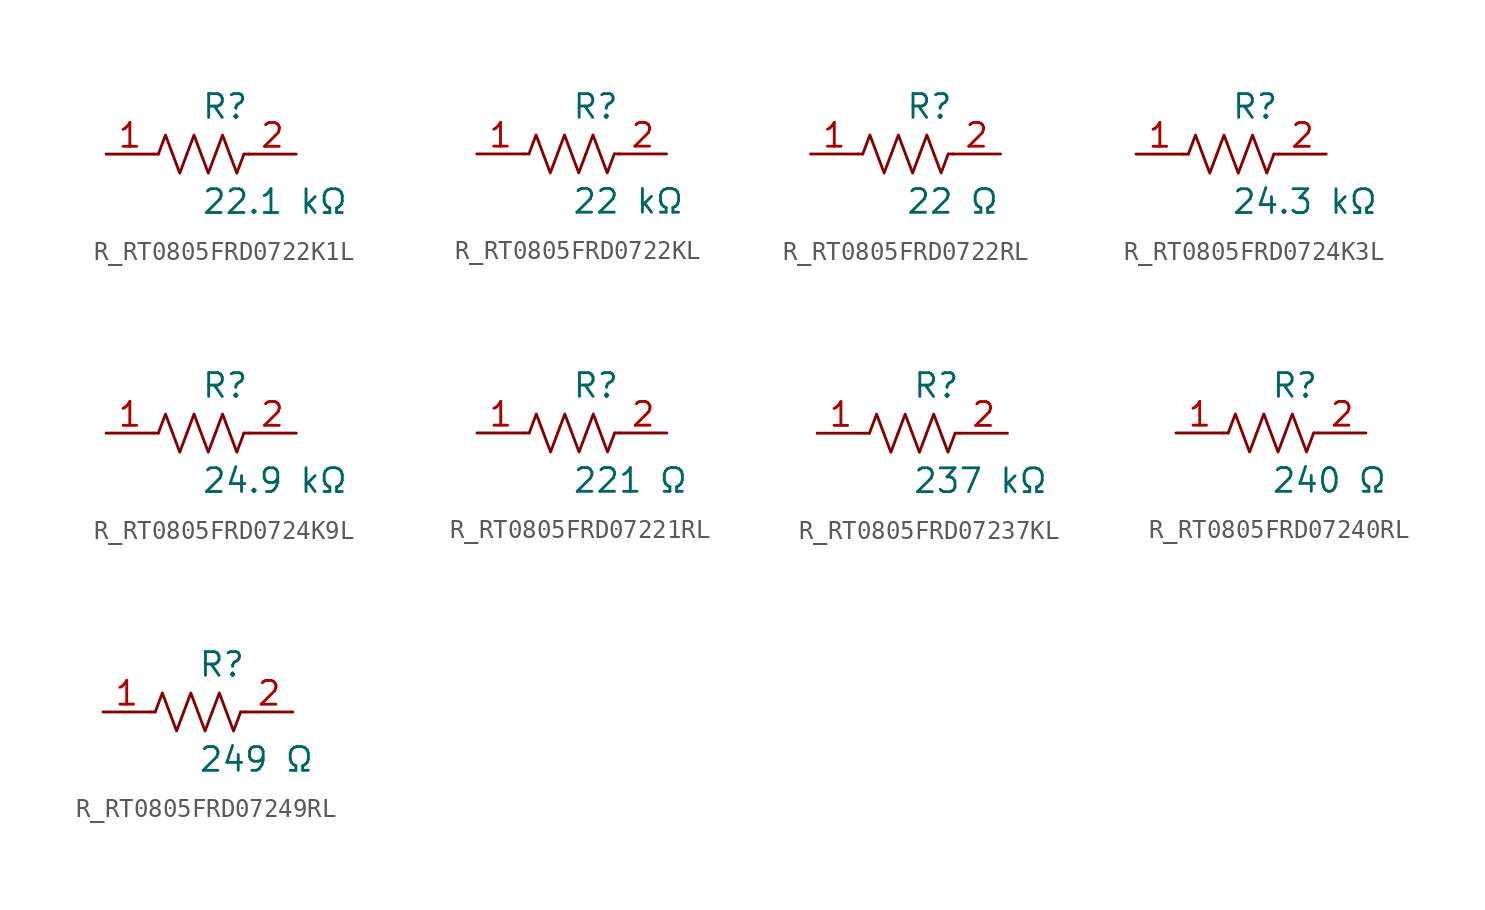
<source format=kicad_sym>
(kicad_symbol_lib
  (version 20231120)
  (generator kicad_symbol_editor)
  (generator_version 8.0)
  (symbol "R_RT0805FRD0722K1L"
    (pin_names
      (offset 0.254))
    (property "Reference" "R"
      (at 0 2.54 0)
      (effects (font (size 1.27 1.27)) (justify left)))
    (property "Value" "22.1 kΩ"
      (at 0 -2.54 0)
      (effects (font (size 1.27 1.27)) (justify left)))
    (symbol "R_RT0805FRD0722K1L_0_1"
      (polyline (pts (xy 2.286 0) (xy 2.54 0)) (stroke (width 0) (type default)) (fill (type none)))
      (polyline (pts (xy -2.286 0) (xy -2.54 0)) (stroke (width 0) (type default)) (fill (type none)))
      (polyline (pts (xy 0.762 0) (xy 1.143 1.016) (xy 1.524 0) (xy 1.905 -1.016) (xy 2.286 0)) (stroke (width 0) (type default)) (fill (type none)))
      (polyline (pts (xy -0.762 0) (xy -0.381 1.016) (xy 0 0) (xy 0.381 -1.016) (xy 0.762 0)) (stroke (width 0) (type default)) (fill (type none)))
      (polyline (pts (xy -2.286 0) (xy -1.905 1.016) (xy -1.524 0) (xy -1.143 -1.016) (xy -0.762 0)) (stroke (width 0) (type default)) (fill (type none))))
    (pin unspecified line
      (at -5.08 0 0)
      (length 2.54)
      (name "" (effects (font (size 1.27 1.27))))
      (number "1" (effects (font (size 1.27 1.27)))))
    (pin unspecified line
      (at 5.08 0 180)
      (length 2.54)
      (name "" (effects (font (size 1.27 1.27))))
      (number "2" (effects (font (size 1.27 1.27))))))
  (symbol "R_RT0805FRD0722KL"
    (pin_names
      (offset 0.254))
    (property "Reference" "R"
      (at 0 2.54 0)
      (effects (font (size 1.27 1.27)) (justify left)))
    (property "Value" "22 kΩ"
      (at 0 -2.54 0)
      (effects (font (size 1.27 1.27)) (justify left)))
    (symbol "R_RT0805FRD0722KL_0_1"
      (polyline (pts (xy 2.286 0) (xy 2.54 0)) (stroke (width 0) (type default)) (fill (type none)))
      (polyline (pts (xy -2.286 0) (xy -2.54 0)) (stroke (width 0) (type default)) (fill (type none)))
      (polyline (pts (xy 0.762 0) (xy 1.143 1.016) (xy 1.524 0) (xy 1.905 -1.016) (xy 2.286 0)) (stroke (width 0) (type default)) (fill (type none)))
      (polyline (pts (xy -0.762 0) (xy -0.381 1.016) (xy 0 0) (xy 0.381 -1.016) (xy 0.762 0)) (stroke (width 0) (type default)) (fill (type none)))
      (polyline (pts (xy -2.286 0) (xy -1.905 1.016) (xy -1.524 0) (xy -1.143 -1.016) (xy -0.762 0)) (stroke (width 0) (type default)) (fill (type none))))
    (pin unspecified line
      (at -5.08 0 0)
      (length 2.54)
      (name "" (effects (font (size 1.27 1.27))))
      (number "1" (effects (font (size 1.27 1.27)))))
    (pin unspecified line
      (at 5.08 0 180)
      (length 2.54)
      (name "" (effects (font (size 1.27 1.27))))
      (number "2" (effects (font (size 1.27 1.27))))))
  (symbol "R_RT0805FRD0722RL"
    (pin_names
      (offset 0.254))
    (property "Reference" "R"
      (at 0 2.54 0)
      (effects (font (size 1.27 1.27)) (justify left)))
    (property "Value" "22 Ω"
      (at 0 -2.54 0)
      (effects (font (size 1.27 1.27)) (justify left)))
    (symbol "R_RT0805FRD0722RL_0_1"
      (polyline (pts (xy 2.286 0) (xy 2.54 0)) (stroke (width 0) (type default)) (fill (type none)))
      (polyline (pts (xy -2.286 0) (xy -2.54 0)) (stroke (width 0) (type default)) (fill (type none)))
      (polyline (pts (xy 0.762 0) (xy 1.143 1.016) (xy 1.524 0) (xy 1.905 -1.016) (xy 2.286 0)) (stroke (width 0) (type default)) (fill (type none)))
      (polyline (pts (xy -0.762 0) (xy -0.381 1.016) (xy 0 0) (xy 0.381 -1.016) (xy 0.762 0)) (stroke (width 0) (type default)) (fill (type none)))
      (polyline (pts (xy -2.286 0) (xy -1.905 1.016) (xy -1.524 0) (xy -1.143 -1.016) (xy -0.762 0)) (stroke (width 0) (type default)) (fill (type none))))
    (pin unspecified line
      (at -5.08 0 0)
      (length 2.54)
      (name "" (effects (font (size 1.27 1.27))))
      (number "1" (effects (font (size 1.27 1.27)))))
    (pin unspecified line
      (at 5.08 0 180)
      (length 2.54)
      (name "" (effects (font (size 1.27 1.27))))
      (number "2" (effects (font (size 1.27 1.27))))))
  (symbol "R_RT0805FRD0724K3L"
    (pin_names
      (offset 0.254))
    (property "Reference" "R"
      (at 0 2.54 0)
      (effects (font (size 1.27 1.27)) (justify left)))
    (property "Value" "24.3 kΩ"
      (at 0 -2.54 0)
      (effects (font (size 1.27 1.27)) (justify left)))
    (symbol "R_RT0805FRD0724K3L_0_1"
      (polyline (pts (xy 2.286 0) (xy 2.54 0)) (stroke (width 0) (type default)) (fill (type none)))
      (polyline (pts (xy -2.286 0) (xy -2.54 0)) (stroke (width 0) (type default)) (fill (type none)))
      (polyline (pts (xy 0.762 0) (xy 1.143 1.016) (xy 1.524 0) (xy 1.905 -1.016) (xy 2.286 0)) (stroke (width 0) (type default)) (fill (type none)))
      (polyline (pts (xy -0.762 0) (xy -0.381 1.016) (xy 0 0) (xy 0.381 -1.016) (xy 0.762 0)) (stroke (width 0) (type default)) (fill (type none)))
      (polyline (pts (xy -2.286 0) (xy -1.905 1.016) (xy -1.524 0) (xy -1.143 -1.016) (xy -0.762 0)) (stroke (width 0) (type default)) (fill (type none))))
    (pin unspecified line
      (at -5.08 0 0)
      (length 2.54)
      (name "" (effects (font (size 1.27 1.27))))
      (number "1" (effects (font (size 1.27 1.27)))))
    (pin unspecified line
      (at 5.08 0 180)
      (length 2.54)
      (name "" (effects (font (size 1.27 1.27))))
      (number "2" (effects (font (size 1.27 1.27))))))
  (symbol "R_RT0805FRD0724K9L"
    (pin_names
      (offset 0.254))
    (property "Reference" "R"
      (at 0 2.54 0)
      (effects (font (size 1.27 1.27)) (justify left)))
    (property "Value" "24.9 kΩ"
      (at 0 -2.54 0)
      (effects (font (size 1.27 1.27)) (justify left)))
    (symbol "R_RT0805FRD0724K9L_0_1"
      (polyline (pts (xy 2.286 0) (xy 2.54 0)) (stroke (width 0) (type default)) (fill (type none)))
      (polyline (pts (xy -2.286 0) (xy -2.54 0)) (stroke (width 0) (type default)) (fill (type none)))
      (polyline (pts (xy 0.762 0) (xy 1.143 1.016) (xy 1.524 0) (xy 1.905 -1.016) (xy 2.286 0)) (stroke (width 0) (type default)) (fill (type none)))
      (polyline (pts (xy -0.762 0) (xy -0.381 1.016) (xy 0 0) (xy 0.381 -1.016) (xy 0.762 0)) (stroke (width 0) (type default)) (fill (type none)))
      (polyline (pts (xy -2.286 0) (xy -1.905 1.016) (xy -1.524 0) (xy -1.143 -1.016) (xy -0.762 0)) (stroke (width 0) (type default)) (fill (type none))))
    (pin unspecified line
      (at -5.08 0 0)
      (length 2.54)
      (name "" (effects (font (size 1.27 1.27))))
      (number "1" (effects (font (size 1.27 1.27)))))
    (pin unspecified line
      (at 5.08 0 180)
      (length 2.54)
      (name "" (effects (font (size 1.27 1.27))))
      (number "2" (effects (font (size 1.27 1.27))))))
  (symbol "R_RT0805FRD07221RL"
    (pin_names
      (offset 0.254))
    (property "Reference" "R"
      (at 0 2.54 0)
      (effects (font (size 1.27 1.27)) (justify left)))
    (property "Value" "221 Ω"
      (at 0 -2.54 0)
      (effects (font (size 1.27 1.27)) (justify left)))
    (symbol "R_RT0805FRD07221RL_0_1"
      (polyline (pts (xy 2.286 0) (xy 2.54 0)) (stroke (width 0) (type default)) (fill (type none)))
      (polyline (pts (xy -2.286 0) (xy -2.54 0)) (stroke (width 0) (type default)) (fill (type none)))
      (polyline (pts (xy 0.762 0) (xy 1.143 1.016) (xy 1.524 0) (xy 1.905 -1.016) (xy 2.286 0)) (stroke (width 0) (type default)) (fill (type none)))
      (polyline (pts (xy -0.762 0) (xy -0.381 1.016) (xy 0 0) (xy 0.381 -1.016) (xy 0.762 0)) (stroke (width 0) (type default)) (fill (type none)))
      (polyline (pts (xy -2.286 0) (xy -1.905 1.016) (xy -1.524 0) (xy -1.143 -1.016) (xy -0.762 0)) (stroke (width 0) (type default)) (fill (type none))))
    (pin unspecified line
      (at -5.08 0 0)
      (length 2.54)
      (name "" (effects (font (size 1.27 1.27))))
      (number "1" (effects (font (size 1.27 1.27)))))
    (pin unspecified line
      (at 5.08 0 180)
      (length 2.54)
      (name "" (effects (font (size 1.27 1.27))))
      (number "2" (effects (font (size 1.27 1.27))))))
  (symbol "R_RT0805FRD07237KL"
    (pin_names
      (offset 0.254))
    (property "Reference" "R"
      (at 0 2.54 0)
      (effects (font (size 1.27 1.27)) (justify left)))
    (property "Value" "237 kΩ"
      (at 0 -2.54 0)
      (effects (font (size 1.27 1.27)) (justify left)))
    (symbol "R_RT0805FRD07237KL_0_1"
      (polyline (pts (xy 2.286 0) (xy 2.54 0)) (stroke (width 0) (type default)) (fill (type none)))
      (polyline (pts (xy -2.286 0) (xy -2.54 0)) (stroke (width 0) (type default)) (fill (type none)))
      (polyline (pts (xy 0.762 0) (xy 1.143 1.016) (xy 1.524 0) (xy 1.905 -1.016) (xy 2.286 0)) (stroke (width 0) (type default)) (fill (type none)))
      (polyline (pts (xy -0.762 0) (xy -0.381 1.016) (xy 0 0) (xy 0.381 -1.016) (xy 0.762 0)) (stroke (width 0) (type default)) (fill (type none)))
      (polyline (pts (xy -2.286 0) (xy -1.905 1.016) (xy -1.524 0) (xy -1.143 -1.016) (xy -0.762 0)) (stroke (width 0) (type default)) (fill (type none))))
    (pin unspecified line
      (at -5.08 0 0)
      (length 2.54)
      (name "" (effects (font (size 1.27 1.27))))
      (number "1" (effects (font (size 1.27 1.27)))))
    (pin unspecified line
      (at 5.08 0 180)
      (length 2.54)
      (name "" (effects (font (size 1.27 1.27))))
      (number "2" (effects (font (size 1.27 1.27))))))
  (symbol "R_RT0805FRD07240RL"
    (pin_names
      (offset 0.254))
    (property "Reference" "R"
      (at 0 2.54 0)
      (effects (font (size 1.27 1.27)) (justify left)))
    (property "Value" "240 Ω"
      (at 0 -2.54 0)
      (effects (font (size 1.27 1.27)) (justify left)))
    (symbol "R_RT0805FRD07240RL_0_1"
      (polyline (pts (xy 2.286 0) (xy 2.54 0)) (stroke (width 0) (type default)) (fill (type none)))
      (polyline (pts (xy -2.286 0) (xy -2.54 0)) (stroke (width 0) (type default)) (fill (type none)))
      (polyline (pts (xy 0.762 0) (xy 1.143 1.016) (xy 1.524 0) (xy 1.905 -1.016) (xy 2.286 0)) (stroke (width 0) (type default)) (fill (type none)))
      (polyline (pts (xy -0.762 0) (xy -0.381 1.016) (xy 0 0) (xy 0.381 -1.016) (xy 0.762 0)) (stroke (width 0) (type default)) (fill (type none)))
      (polyline (pts (xy -2.286 0) (xy -1.905 1.016) (xy -1.524 0) (xy -1.143 -1.016) (xy -0.762 0)) (stroke (width 0) (type default)) (fill (type none))))
    (pin unspecified line
      (at -5.08 0 0)
      (length 2.54)
      (name "" (effects (font (size 1.27 1.27))))
      (number "1" (effects (font (size 1.27 1.27)))))
    (pin unspecified line
      (at 5.08 0 180)
      (length 2.54)
      (name "" (effects (font (size 1.27 1.27))))
      (number "2" (effects (font (size 1.27 1.27))))))
  (symbol "R_RT0805FRD07249RL"
    (pin_names
      (offset 0.254))
    (property "Reference" "R"
      (at 0 2.54 0)
      (effects (font (size 1.27 1.27)) (justify left)))
    (property "Value" "249 Ω"
      (at 0 -2.54 0)
      (effects (font (size 1.27 1.27)) (justify left)))
    (symbol "R_RT0805FRD07249RL_0_1"
      (polyline (pts (xy 2.286 0) (xy 2.54 0)) (stroke (width 0) (type default)) (fill (type none)))
      (polyline (pts (xy -2.286 0) (xy -2.54 0)) (stroke (width 0) (type default)) (fill (type none)))
      (polyline (pts (xy 0.762 0) (xy 1.143 1.016) (xy 1.524 0) (xy 1.905 -1.016) (xy 2.286 0)) (stroke (width 0) (type default)) (fill (type none)))
      (polyline (pts (xy -0.762 0) (xy -0.381 1.016) (xy 0 0) (xy 0.381 -1.016) (xy 0.762 0)) (stroke (width 0) (type default)) (fill (type none)))
      (polyline (pts (xy -2.286 0) (xy -1.905 1.016) (xy -1.524 0) (xy -1.143 -1.016) (xy -0.762 0)) (stroke (width 0) (type default)) (fill (type none))))
    (pin unspecified line
      (at -5.08 0 0)
      (length 2.54)
      (name "" (effects (font (size 1.27 1.27))))
      (number "1" (effects (font (size 1.27 1.27)))))
    (pin unspecified line
      (at 5.08 0 180)
      (length 2.54)
      (name "" (effects (font (size 1.27 1.27))))
      (number "2" (effects (font (size 1.27 1.27)))))))
</source>
